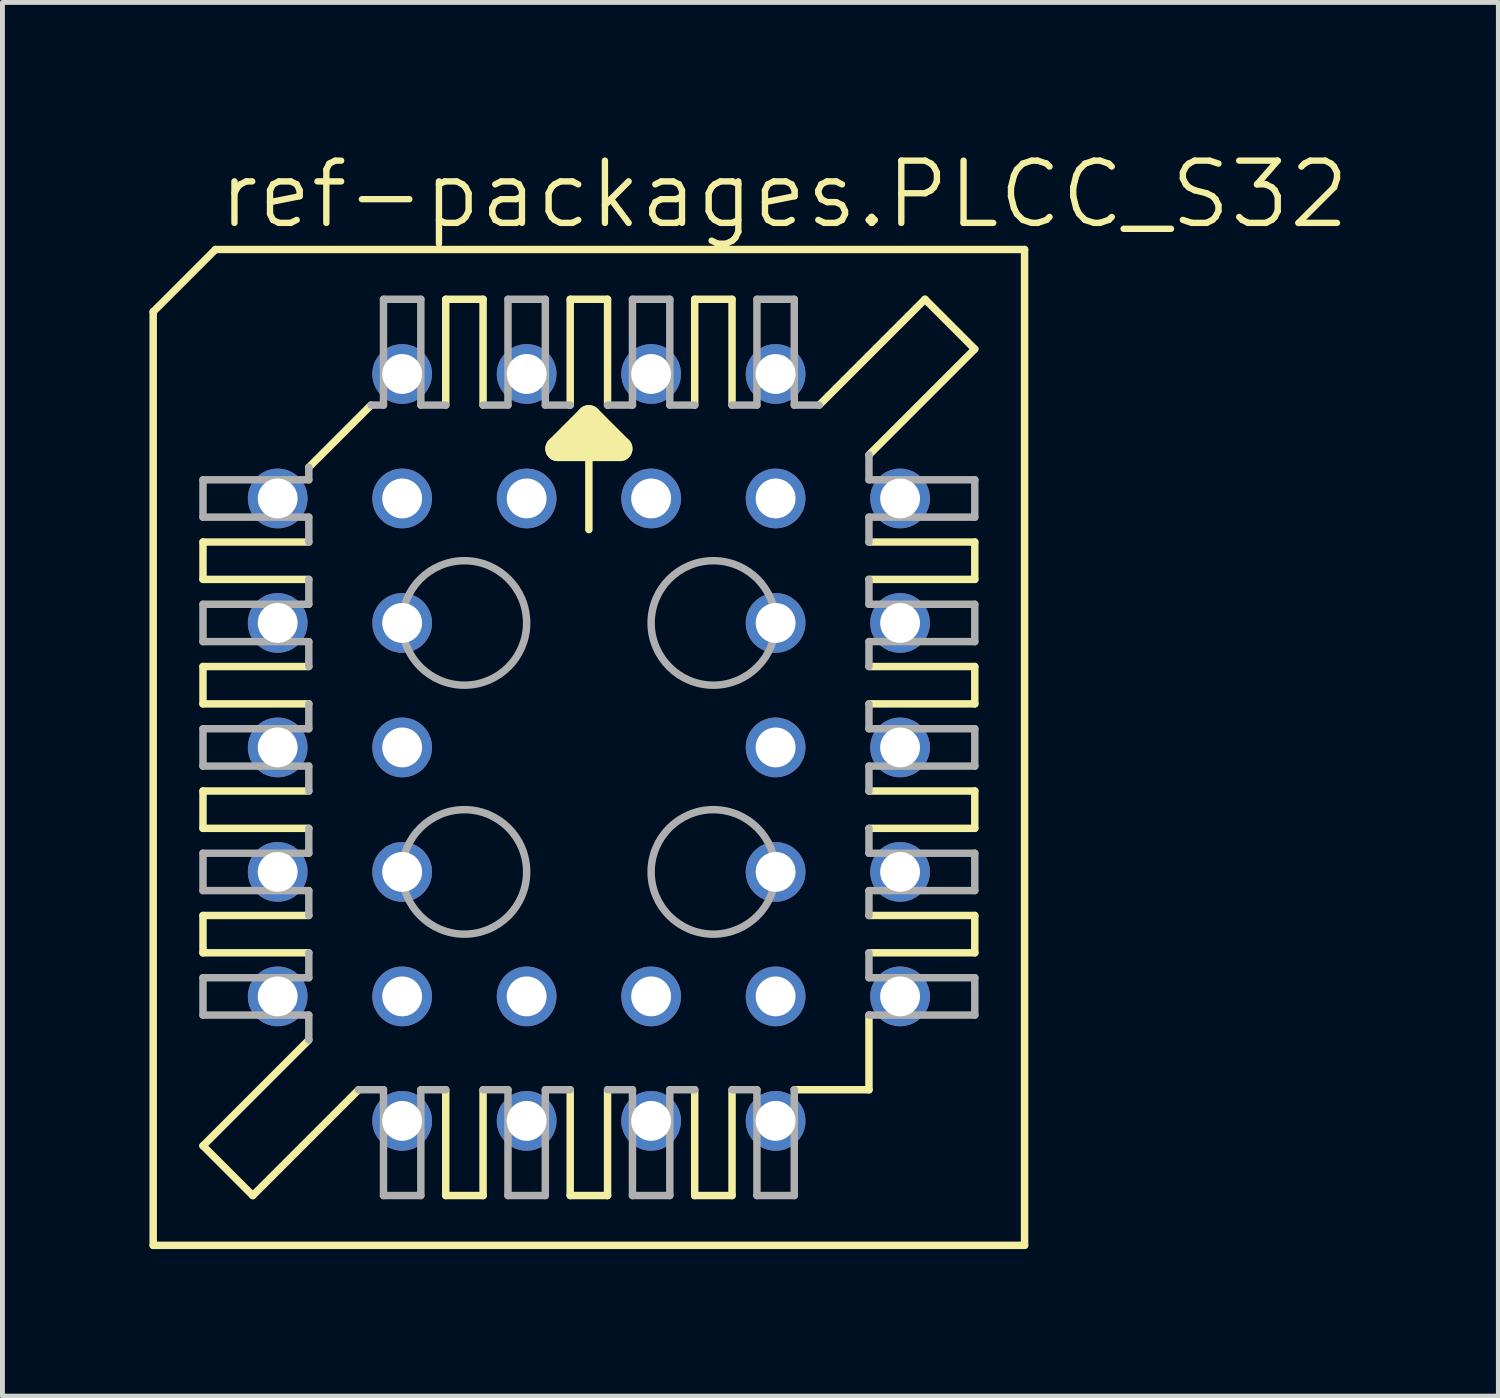
<source format=kicad_pcb>
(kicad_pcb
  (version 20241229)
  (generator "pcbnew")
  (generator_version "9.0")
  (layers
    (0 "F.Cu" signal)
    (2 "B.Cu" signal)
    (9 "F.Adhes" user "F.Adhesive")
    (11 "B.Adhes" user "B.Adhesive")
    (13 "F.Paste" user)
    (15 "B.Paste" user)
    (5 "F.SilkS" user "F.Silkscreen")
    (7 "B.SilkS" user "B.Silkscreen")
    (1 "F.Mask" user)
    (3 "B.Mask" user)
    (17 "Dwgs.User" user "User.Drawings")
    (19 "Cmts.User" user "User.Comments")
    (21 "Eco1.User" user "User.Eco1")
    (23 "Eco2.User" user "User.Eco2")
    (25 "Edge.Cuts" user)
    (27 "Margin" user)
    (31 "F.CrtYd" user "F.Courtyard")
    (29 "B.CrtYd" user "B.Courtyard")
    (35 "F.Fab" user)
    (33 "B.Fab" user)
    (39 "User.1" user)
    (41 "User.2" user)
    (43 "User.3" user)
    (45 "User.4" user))
  (footprint "ref-packages.PLCC_S32"
    (layer "F.Cu")
    (at 8.966 12.201)
    (property "Reference" "ref-packages.PLCC_S32" (at -7.62 -10.541 0) (layer "F.SilkS") (effects (font (size 1.27 1.27) (thickness 0.13)) (justify left bottom)))
    (attr through_hole)
    (fp_line (start -8.89 -8.89) (end -8.89 10.16) (stroke (width 0.152) (type default)) (layer "F.SilkS"))
    (fp_line (start -7.874 -3.429) (end -7.874 -4.191) (stroke (width 0.152) (type default)) (layer "F.SilkS"))
    (fp_line (start -7.874 -3.429) (end -5.715 -3.429) (stroke (width 0.152) (type default)) (layer "F.SilkS"))
    (fp_line (start -7.874 -0.889) (end -7.874 -1.651) (stroke (width 0.152) (type default)) (layer "F.SilkS"))
    (fp_line (start -7.874 -0.889) (end -5.715 -0.889) (stroke (width 0.152) (type default)) (layer "F.SilkS"))
    (fp_line (start -7.874 1.651) (end -7.874 0.889) (stroke (width 0.152) (type default)) (layer "F.SilkS"))
    (fp_line (start -7.874 1.651) (end -5.715 1.651) (stroke (width 0.152) (type default)) (layer "F.SilkS"))
    (fp_line (start -7.874 4.191) (end -7.874 3.429) (stroke (width 0.152) (type default)) (layer "F.SilkS"))
    (fp_line (start -7.874 4.191) (end -5.715 4.191) (stroke (width 0.152) (type default)) (layer "F.SilkS"))
    (fp_line (start -7.874 8.128) (end -5.715 5.969) (stroke (width 0.152) (type default)) (layer "F.SilkS"))
    (fp_line (start -7.62 -10.16) (end -8.89 -8.89) (stroke (width 0.152) (type default)) (layer "F.SilkS"))
    (fp_line (start -6.858 9.144) (end -7.874 8.128) (stroke (width 0.152) (type default)) (layer "F.SilkS"))
    (fp_line (start -6.858 9.144) (end -4.699 6.985) (stroke (width 0.152) (type default)) (layer "F.SilkS"))
    (fp_line (start -5.715 -5.715) (end -4.445 -6.985) (stroke (width 0.152) (type default)) (layer "F.SilkS"))
    (fp_line (start -5.715 -4.191) (end -7.874 -4.191) (stroke (width 0.152) (type default)) (layer "F.SilkS"))
    (fp_line (start -5.715 -1.651) (end -7.874 -1.651) (stroke (width 0.152) (type default)) (layer "F.SilkS"))
    (fp_line (start -5.715 0.889) (end -7.874 0.889) (stroke (width 0.152) (type default)) (layer "F.SilkS"))
    (fp_line (start -5.715 3.429) (end -7.874 3.429) (stroke (width 0.152) (type default)) (layer "F.SilkS"))
    (fp_line (start -2.921 -6.985) (end -2.921 -9.144) (stroke (width 0.152) (type default)) (layer "F.SilkS"))
    (fp_line (start -2.921 9.144) (end -2.921 6.985) (stroke (width 0.152) (type default)) (layer "F.SilkS"))
    (fp_line (start -2.921 9.144) (end -2.159 9.144) (stroke (width 0.152) (type default)) (layer "F.SilkS"))
    (fp_line (start -2.159 -9.144) (end -2.921 -9.144) (stroke (width 0.152) (type default)) (layer "F.SilkS"))
    (fp_line (start -2.159 -9.144) (end -2.159 -6.985) (stroke (width 0.152) (type default)) (layer "F.SilkS"))
    (fp_line (start -2.159 6.985) (end -2.159 9.144) (stroke (width 0.152) (type default)) (layer "F.SilkS"))
    (fp_line (start -0.635 -6.096) (end 0 -6.731) (stroke (width 0.508) (type default)) (layer "F.SilkS"))
    (fp_line (start -0.381 -6.985) (end -0.381 -9.144) (stroke (width 0.152) (type default)) (layer "F.SilkS"))
    (fp_line (start -0.381 9.144) (end -0.381 6.985) (stroke (width 0.152) (type default)) (layer "F.SilkS"))
    (fp_line (start -0.381 9.144) (end 0.381 9.144) (stroke (width 0.152) (type default)) (layer "F.SilkS"))
    (fp_line (start 0 -6.731) (end 0 -4.445) (stroke (width 0.152) (type default)) (layer "F.SilkS"))
    (fp_line (start 0 -6.731) (end 0.635 -6.096) (stroke (width 0.508) (type default)) (layer "F.SilkS"))
    (fp_line (start 0.381 -9.144) (end -0.381 -9.144) (stroke (width 0.152) (type default)) (layer "F.SilkS"))
    (fp_line (start 0.381 -9.144) (end 0.381 -6.985) (stroke (width 0.152) (type default)) (layer "F.SilkS"))
    (fp_line (start 0.381 6.985) (end 0.381 9.144) (stroke (width 0.152) (type default)) (layer "F.SilkS"))
    (fp_line (start 0.635 -6.096) (end -0.635 -6.096) (stroke (width 0.508) (type default)) (layer "F.SilkS"))
    (fp_line (start 2.159 -6.985) (end 2.159 -9.144) (stroke (width 0.152) (type default)) (layer "F.SilkS"))
    (fp_line (start 2.159 9.144) (end 2.159 6.985) (stroke (width 0.152) (type default)) (layer "F.SilkS"))
    (fp_line (start 2.159 9.144) (end 2.921 9.144) (stroke (width 0.152) (type default)) (layer "F.SilkS"))
    (fp_line (start 2.921 -9.144) (end 2.159 -9.144) (stroke (width 0.152) (type default)) (layer "F.SilkS"))
    (fp_line (start 2.921 -9.144) (end 2.921 -6.985) (stroke (width 0.152) (type default)) (layer "F.SilkS"))
    (fp_line (start 2.921 6.985) (end 2.921 9.144) (stroke (width 0.152) (type default)) (layer "F.SilkS"))
    (fp_line (start 4.191 6.985) (end 5.715 6.985) (stroke (width 0.152) (type default)) (layer "F.SilkS"))
    (fp_line (start 5.715 -3.429) (end 7.874 -3.429) (stroke (width 0.152) (type default)) (layer "F.SilkS"))
    (fp_line (start 5.715 -0.889) (end 7.874 -0.889) (stroke (width 0.152) (type default)) (layer "F.SilkS"))
    (fp_line (start 5.715 1.651) (end 7.874 1.651) (stroke (width 0.152) (type default)) (layer "F.SilkS"))
    (fp_line (start 5.715 4.191) (end 7.874 4.191) (stroke (width 0.152) (type default)) (layer "F.SilkS"))
    (fp_line (start 5.715 5.461) (end 5.715 6.985) (stroke (width 0.152) (type default)) (layer "F.SilkS"))
    (fp_line (start 6.858 -9.144) (end 4.699 -6.985) (stroke (width 0.152) (type default)) (layer "F.SilkS"))
    (fp_line (start 7.874 -8.128) (end 5.715 -5.969) (stroke (width 0.152) (type default)) (layer "F.SilkS"))
    (fp_line (start 7.874 -8.128) (end 6.858 -9.144) (stroke (width 0.152) (type default)) (layer "F.SilkS"))
    (fp_line (start 7.874 -4.191) (end 5.715 -4.191) (stroke (width 0.152) (type default)) (layer "F.SilkS"))
    (fp_line (start 7.874 -4.191) (end 7.874 -3.429) (stroke (width 0.152) (type default)) (layer "F.SilkS"))
    (fp_line (start 7.874 -1.651) (end 5.715 -1.651) (stroke (width 0.152) (type default)) (layer "F.SilkS"))
    (fp_line (start 7.874 -1.651) (end 7.874 -0.889) (stroke (width 0.152) (type default)) (layer "F.SilkS"))
    (fp_line (start 7.874 0.889) (end 5.715 0.889) (stroke (width 0.152) (type default)) (layer "F.SilkS"))
    (fp_line (start 7.874 0.889) (end 7.874 1.651) (stroke (width 0.152) (type default)) (layer "F.SilkS"))
    (fp_line (start 7.874 3.429) (end 5.715 3.429) (stroke (width 0.152) (type default)) (layer "F.SilkS"))
    (fp_line (start 7.874 3.429) (end 7.874 4.191) (stroke (width 0.152) (type default)) (layer "F.SilkS"))
    (fp_line (start 8.89 -10.16) (end -7.62 -10.16) (stroke (width 0.152) (type default)) (layer "F.SilkS"))
    (fp_line (start 8.89 10.16) (end -8.89 10.16) (stroke (width 0.152) (type default)) (layer "F.SilkS"))
    (fp_line (start 8.89 10.16) (end 8.89 -10.16) (stroke (width 0.152) (type default)) (layer "F.SilkS"))
    (fp_line (start -7.874 -4.699) (end -7.874 -5.461) (stroke (width 0.152) (type default)) (layer "F.Fab"))
    (fp_line (start -7.874 -4.699) (end -5.715 -4.699) (stroke (width 0.152) (type default)) (layer "F.Fab"))
    (fp_line (start -7.874 -2.159) (end -7.874 -2.921) (stroke (width 0.152) (type default)) (layer "F.Fab"))
    (fp_line (start -7.874 -2.159) (end -5.715 -2.159) (stroke (width 0.152) (type default)) (layer "F.Fab"))
    (fp_line (start -7.874 0.381) (end -7.874 -0.381) (stroke (width 0.152) (type default)) (layer "F.Fab"))
    (fp_line (start -7.874 0.381) (end -5.715 0.381) (stroke (width 0.152) (type default)) (layer "F.Fab"))
    (fp_line (start -7.874 2.921) (end -7.874 2.159) (stroke (width 0.152) (type default)) (layer "F.Fab"))
    (fp_line (start -7.874 2.921) (end -5.715 2.921) (stroke (width 0.152) (type default)) (layer "F.Fab"))
    (fp_line (start -7.874 5.461) (end -7.874 4.699) (stroke (width 0.152) (type default)) (layer "F.Fab"))
    (fp_line (start -7.874 5.461) (end -5.715 5.461) (stroke (width 0.152) (type default)) (layer "F.Fab"))
    (fp_line (start -5.715 -5.461) (end -7.874 -5.461) (stroke (width 0.152) (type default)) (layer "F.Fab"))
    (fp_line (start -5.715 -5.461) (end -5.715 -5.715) (stroke (width 0.152) (type default)) (layer "F.Fab"))
    (fp_line (start -5.715 -4.191) (end -5.715 -4.699) (stroke (width 0.152) (type default)) (layer "F.Fab"))
    (fp_line (start -5.715 -2.921) (end -7.874 -2.921) (stroke (width 0.152) (type default)) (layer "F.Fab"))
    (fp_line (start -5.715 -2.921) (end -5.715 -3.429) (stroke (width 0.152) (type default)) (layer "F.Fab"))
    (fp_line (start -5.715 -1.651) (end -5.715 -2.159) (stroke (width 0.152) (type default)) (layer "F.Fab"))
    (fp_line (start -5.715 -0.381) (end -7.874 -0.381) (stroke (width 0.152) (type default)) (layer "F.Fab"))
    (fp_line (start -5.715 -0.381) (end -5.715 -0.889) (stroke (width 0.152) (type default)) (layer "F.Fab"))
    (fp_line (start -5.715 0.889) (end -5.715 0.381) (stroke (width 0.152) (type default)) (layer "F.Fab"))
    (fp_line (start -5.715 2.159) (end -7.874 2.159) (stroke (width 0.152) (type default)) (layer "F.Fab"))
    (fp_line (start -5.715 2.159) (end -5.715 1.651) (stroke (width 0.152) (type default)) (layer "F.Fab"))
    (fp_line (start -5.715 3.429) (end -5.715 2.921) (stroke (width 0.152) (type default)) (layer "F.Fab"))
    (fp_line (start -5.715 4.699) (end -7.874 4.699) (stroke (width 0.152) (type default)) (layer "F.Fab"))
    (fp_line (start -5.715 4.699) (end -5.715 4.191) (stroke (width 0.152) (type default)) (layer "F.Fab"))
    (fp_line (start -5.715 5.969) (end -5.715 5.461) (stroke (width 0.152) (type default)) (layer "F.Fab"))
    (fp_line (start -4.699 6.985) (end -4.191 6.985) (stroke (width 0.152) (type default)) (layer "F.Fab"))
    (fp_line (start -4.191 -6.985) (end -4.445 -6.985) (stroke (width 0.152) (type default)) (layer "F.Fab"))
    (fp_line (start -4.191 -6.985) (end -4.191 -9.144) (stroke (width 0.152) (type default)) (layer "F.Fab"))
    (fp_line (start -4.191 9.144) (end -4.191 6.985) (stroke (width 0.152) (type default)) (layer "F.Fab"))
    (fp_line (start -4.191 9.144) (end -3.429 9.144) (stroke (width 0.152) (type default)) (layer "F.Fab"))
    (fp_line (start -3.429 -9.144) (end -4.191 -9.144) (stroke (width 0.152) (type default)) (layer "F.Fab"))
    (fp_line (start -3.429 -9.144) (end -3.429 -6.985) (stroke (width 0.152) (type default)) (layer "F.Fab"))
    (fp_line (start -3.429 6.985) (end -3.429 9.144) (stroke (width 0.152) (type default)) (layer "F.Fab"))
    (fp_line (start -3.429 6.985) (end -2.921 6.985) (stroke (width 0.152) (type default)) (layer "F.Fab"))
    (fp_line (start -2.921 -6.985) (end -3.429 -6.985) (stroke (width 0.152) (type default)) (layer "F.Fab"))
    (fp_line (start -2.159 6.985) (end -1.651 6.985) (stroke (width 0.152) (type default)) (layer "F.Fab"))
    (fp_line (start -1.651 -6.985) (end -2.159 -6.985) (stroke (width 0.152) (type default)) (layer "F.Fab"))
    (fp_line (start -1.651 -6.985) (end -1.651 -9.144) (stroke (width 0.152) (type default)) (layer "F.Fab"))
    (fp_line (start -1.651 9.144) (end -1.651 6.985) (stroke (width 0.152) (type default)) (layer "F.Fab"))
    (fp_line (start -1.651 9.144) (end -0.889 9.144) (stroke (width 0.152) (type default)) (layer "F.Fab"))
    (fp_line (start -0.889 -9.144) (end -1.651 -9.144) (stroke (width 0.152) (type default)) (layer "F.Fab"))
    (fp_line (start -0.889 -9.144) (end -0.889 -6.985) (stroke (width 0.152) (type default)) (layer "F.Fab"))
    (fp_line (start -0.889 6.985) (end -0.889 9.144) (stroke (width 0.152) (type default)) (layer "F.Fab"))
    (fp_line (start -0.889 6.985) (end -0.381 6.985) (stroke (width 0.152) (type default)) (layer "F.Fab"))
    (fp_line (start -0.381 -6.985) (end -0.889 -6.985) (stroke (width 0.152) (type default)) (layer "F.Fab"))
    (fp_line (start 0.381 6.985) (end 0.889 6.985) (stroke (width 0.152) (type default)) (layer "F.Fab"))
    (fp_line (start 0.889 -6.985) (end 0.381 -6.985) (stroke (width 0.152) (type default)) (layer "F.Fab"))
    (fp_line (start 0.889 -6.985) (end 0.889 -9.144) (stroke (width 0.152) (type default)) (layer "F.Fab"))
    (fp_line (start 0.889 9.144) (end 0.889 6.985) (stroke (width 0.152) (type default)) (layer "F.Fab"))
    (fp_line (start 0.889 9.144) (end 1.651 9.144) (stroke (width 0.152) (type default)) (layer "F.Fab"))
    (fp_line (start 1.651 -9.144) (end 0.889 -9.144) (stroke (width 0.152) (type default)) (layer "F.Fab"))
    (fp_line (start 1.651 -9.144) (end 1.651 -6.985) (stroke (width 0.152) (type default)) (layer "F.Fab"))
    (fp_line (start 1.651 6.985) (end 1.651 9.144) (stroke (width 0.152) (type default)) (layer "F.Fab"))
    (fp_line (start 1.651 6.985) (end 2.159 6.985) (stroke (width 0.152) (type default)) (layer "F.Fab"))
    (fp_line (start 2.159 -6.985) (end 1.651 -6.985) (stroke (width 0.152) (type default)) (layer "F.Fab"))
    (fp_line (start 2.921 6.985) (end 3.429 6.985) (stroke (width 0.152) (type default)) (layer "F.Fab"))
    (fp_line (start 3.429 -6.985) (end 2.921 -6.985) (stroke (width 0.152) (type default)) (layer "F.Fab"))
    (fp_line (start 3.429 -6.985) (end 3.429 -9.144) (stroke (width 0.152) (type default)) (layer "F.Fab"))
    (fp_line (start 3.429 9.144) (end 3.429 6.985) (stroke (width 0.152) (type default)) (layer "F.Fab"))
    (fp_line (start 3.429 9.144) (end 4.191 9.144) (stroke (width 0.152) (type default)) (layer "F.Fab"))
    (fp_line (start 4.191 -9.144) (end 3.429 -9.144) (stroke (width 0.152) (type default)) (layer "F.Fab"))
    (fp_line (start 4.191 -9.144) (end 4.191 -6.985) (stroke (width 0.152) (type default)) (layer "F.Fab"))
    (fp_line (start 4.191 6.985) (end 4.191 9.144) (stroke (width 0.152) (type default)) (layer "F.Fab"))
    (fp_line (start 4.699 -6.985) (end 4.191 -6.985) (stroke (width 0.152) (type default)) (layer "F.Fab"))
    (fp_line (start 5.715 -5.969) (end 5.715 -5.461) (stroke (width 0.152) (type default)) (layer "F.Fab"))
    (fp_line (start 5.715 -4.699) (end 5.715 -4.191) (stroke (width 0.152) (type default)) (layer "F.Fab"))
    (fp_line (start 5.715 -4.699) (end 7.874 -4.699) (stroke (width 0.152) (type default)) (layer "F.Fab"))
    (fp_line (start 5.715 -3.429) (end 5.715 -2.921) (stroke (width 0.152) (type default)) (layer "F.Fab"))
    (fp_line (start 5.715 -2.159) (end 5.715 -1.651) (stroke (width 0.152) (type default)) (layer "F.Fab"))
    (fp_line (start 5.715 -2.159) (end 7.874 -2.159) (stroke (width 0.152) (type default)) (layer "F.Fab"))
    (fp_line (start 5.715 -0.889) (end 5.715 -0.381) (stroke (width 0.152) (type default)) (layer "F.Fab"))
    (fp_line (start 5.715 0.381) (end 5.715 0.889) (stroke (width 0.152) (type default)) (layer "F.Fab"))
    (fp_line (start 5.715 0.381) (end 7.874 0.381) (stroke (width 0.152) (type default)) (layer "F.Fab"))
    (fp_line (start 5.715 1.651) (end 5.715 2.159) (stroke (width 0.152) (type default)) (layer "F.Fab"))
    (fp_line (start 5.715 2.921) (end 5.715 3.429) (stroke (width 0.152) (type default)) (layer "F.Fab"))
    (fp_line (start 5.715 2.921) (end 7.874 2.921) (stroke (width 0.152) (type default)) (layer "F.Fab"))
    (fp_line (start 5.715 4.191) (end 5.715 4.699) (stroke (width 0.152) (type default)) (layer "F.Fab"))
    (fp_line (start 5.715 5.461) (end 7.874 5.461) (stroke (width 0.152) (type default)) (layer "F.Fab"))
    (fp_line (start 7.874 -5.461) (end 5.715 -5.461) (stroke (width 0.152) (type default)) (layer "F.Fab"))
    (fp_line (start 7.874 -5.461) (end 7.874 -4.699) (stroke (width 0.152) (type default)) (layer "F.Fab"))
    (fp_line (start 7.874 -2.921) (end 5.715 -2.921) (stroke (width 0.152) (type default)) (layer "F.Fab"))
    (fp_line (start 7.874 -2.921) (end 7.874 -2.159) (stroke (width 0.152) (type default)) (layer "F.Fab"))
    (fp_line (start 7.874 -0.381) (end 5.715 -0.381) (stroke (width 0.152) (type default)) (layer "F.Fab"))
    (fp_line (start 7.874 -0.381) (end 7.874 0.381) (stroke (width 0.152) (type default)) (layer "F.Fab"))
    (fp_line (start 7.874 2.159) (end 5.715 2.159) (stroke (width 0.152) (type default)) (layer "F.Fab"))
    (fp_line (start 7.874 2.159) (end 7.874 2.921) (stroke (width 0.152) (type default)) (layer "F.Fab"))
    (fp_line (start 7.874 4.699) (end 5.715 4.699) (stroke (width 0.152) (type default)) (layer "F.Fab"))
    (fp_line (start 7.874 4.699) (end 7.874 5.461) (stroke (width 0.152) (type default)) (layer "F.Fab"))
    (fp_circle (center -2.54 -2.54) (end -1.27 -2.54) (stroke (width 0.152) (type default)) (fill no) (layer "F.Fab"))
    (fp_circle (center -2.54 2.54) (end -1.27 2.54) (stroke (width 0.152) (type default)) (fill no) (layer "F.Fab"))
    (fp_circle (center 2.54 -2.54) (end 3.81 -2.54) (stroke (width 0.152) (type default)) (fill no) (layer "F.Fab"))
    (fp_circle (center 2.54 2.54) (end 3.81 2.54) (stroke (width 0.152) (type default)) (fill no) (layer "F.Fab"))
    (pad "1" thru_hole circle (at 1.27 -5.08) (size 1.219 1.219) (drill 0.813) (layers "*.Cu" "*.Mask"))
    (pad "2" thru_hole circle (at -1.27 -7.62) (size 1.219 1.219) (drill 0.813) (layers "*.Cu" "*.Mask"))
    (pad "3" thru_hole circle (at -1.27 -5.08) (size 1.219 1.219) (drill 0.813) (layers "*.Cu" "*.Mask"))
    (pad "4" thru_hole circle (at -3.81 -7.62) (size 1.219 1.219) (drill 0.813) (layers "*.Cu" "*.Mask"))
    (pad "5" thru_hole circle (at -6.35 -5.08) (size 1.219 1.219) (drill 0.813) (layers "*.Cu" "*.Mask"))
    (pad "6" thru_hole circle (at -3.81 -5.08) (size 1.219 1.219) (drill 0.813) (layers "*.Cu" "*.Mask"))
    (pad "7" thru_hole circle (at -6.35 -2.54) (size 1.219 1.219) (drill 0.813) (layers "*.Cu" "*.Mask"))
    (pad "8" thru_hole circle (at -3.81 -2.54) (size 1.219 1.219) (drill 0.813) (layers "*.Cu" "*.Mask"))
    (pad "9" thru_hole circle (at -6.35 0) (size 1.219 1.219) (drill 0.813) (layers "*.Cu" "*.Mask"))
    (pad "10" thru_hole circle (at -3.81 0) (size 1.219 1.219) (drill 0.813) (layers "*.Cu" "*.Mask"))
    (pad "11" thru_hole circle (at -6.35 2.54) (size 1.219 1.219) (drill 0.813) (layers "*.Cu" "*.Mask"))
    (pad "12" thru_hole circle (at -3.81 2.54) (size 1.219 1.219) (drill 0.813) (layers "*.Cu" "*.Mask"))
    (pad "13" thru_hole circle (at -6.35 5.08) (size 1.219 1.219) (drill 0.813) (layers "*.Cu" "*.Mask"))
    (pad "14" thru_hole circle (at -3.81 7.62) (size 1.219 1.219) (drill 0.813) (layers "*.Cu" "*.Mask"))
    (pad "15" thru_hole circle (at -3.81 5.08) (size 1.219 1.219) (drill 0.813) (layers "*.Cu" "*.Mask"))
    (pad "16" thru_hole circle (at -1.27 7.62) (size 1.219 1.219) (drill 0.813) (layers "*.Cu" "*.Mask"))
    (pad "17" thru_hole circle (at -1.27 5.08) (size 1.219 1.219) (drill 0.813) (layers "*.Cu" "*.Mask"))
    (pad "18" thru_hole circle (at 1.27 7.62) (size 1.219 1.219) (drill 0.813) (layers "*.Cu" "*.Mask"))
    (pad "19" thru_hole circle (at 1.27 5.08) (size 1.219 1.219) (drill 0.813) (layers "*.Cu" "*.Mask"))
    (pad "20" thru_hole circle (at 3.81 7.62) (size 1.219 1.219) (drill 0.813) (layers "*.Cu" "*.Mask"))
    (pad "21" thru_hole circle (at 6.35 5.08) (size 1.219 1.219) (drill 0.813) (layers "*.Cu" "*.Mask"))
    (pad "22" thru_hole circle (at 3.81 5.08) (size 1.219 1.219) (drill 0.813) (layers "*.Cu" "*.Mask"))
    (pad "23" thru_hole circle (at 6.35 2.54) (size 1.219 1.219) (drill 0.813) (layers "*.Cu" "*.Mask"))
    (pad "24" thru_hole circle (at 3.81 2.54) (size 1.219 1.219) (drill 0.813) (layers "*.Cu" "*.Mask"))
    (pad "25" thru_hole circle (at 6.35 0) (size 1.219 1.219) (drill 0.813) (layers "*.Cu" "*.Mask"))
    (pad "26" thru_hole circle (at 3.81 0) (size 1.219 1.219) (drill 0.813) (layers "*.Cu" "*.Mask"))
    (pad "27" thru_hole circle (at 6.35 -2.54) (size 1.219 1.219) (drill 0.813) (layers "*.Cu" "*.Mask"))
    (pad "28" thru_hole circle (at 3.81 -2.54) (size 1.219 1.219) (drill 0.813) (layers "*.Cu" "*.Mask"))
    (pad "29" thru_hole circle (at 6.35 -5.08) (size 1.219 1.219) (drill 0.813) (layers "*.Cu" "*.Mask"))
    (pad "30" thru_hole circle (at 3.81 -7.62) (size 1.219 1.219) (drill 0.813) (layers "*.Cu" "*.Mask"))
    (pad "31" thru_hole circle (at 3.81 -5.08) (size 1.219 1.219) (drill 0.813) (layers "*.Cu" "*.Mask"))
    (pad "32" thru_hole circle (at 1.27 -7.62) (size 1.219 1.219) (drill 0.813) (layers "*.Cu" "*.Mask")))
  (gr_rect
    (start -3 -3)
    (end 27.524 25.437)
    (stroke (width 0.1) (type default))
    (fill no)
    (layer "Edge.Cuts")))
</source>
